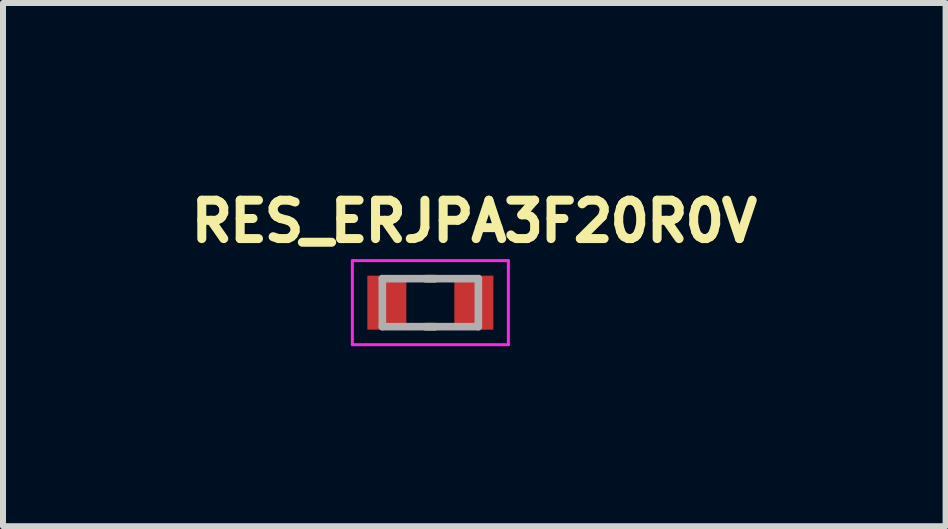
<source format=kicad_pcb>
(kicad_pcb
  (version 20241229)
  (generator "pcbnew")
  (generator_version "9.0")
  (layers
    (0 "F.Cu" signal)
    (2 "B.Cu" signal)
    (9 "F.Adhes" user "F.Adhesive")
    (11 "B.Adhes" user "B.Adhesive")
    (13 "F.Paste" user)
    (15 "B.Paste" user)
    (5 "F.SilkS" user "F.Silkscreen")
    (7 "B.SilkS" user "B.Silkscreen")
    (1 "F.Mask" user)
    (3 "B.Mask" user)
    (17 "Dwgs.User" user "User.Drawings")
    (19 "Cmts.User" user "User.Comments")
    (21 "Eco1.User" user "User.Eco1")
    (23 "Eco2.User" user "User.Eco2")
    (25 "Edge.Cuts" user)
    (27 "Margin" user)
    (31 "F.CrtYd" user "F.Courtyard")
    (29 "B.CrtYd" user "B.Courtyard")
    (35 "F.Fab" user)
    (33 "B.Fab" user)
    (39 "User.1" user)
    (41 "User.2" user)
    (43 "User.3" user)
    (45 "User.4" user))
  (footprint "RES_ERJPA3F20R0V"
    (layer "F.Cu")
    (at 4.122 1.994)
    (property "Reference" "RES_ERJPA3F20R0V" (at 0.732 -1.356 0) (layer "F.SilkS") (effects (font (size 0.64 0.64) (thickness 0.15))))
    (attr smd)
    (fp_line (start -0.08 -0.4) (end 0.08 -0.4) (stroke (width 0.127) (type solid)) (layer "F.SilkS"))
    (fp_line (start -0.08 0.4) (end 0.08 0.4) (stroke (width 0.127) (type solid)) (layer "F.SilkS"))
    (fp_line (start -1.3 -0.7) (end -1.3 0.7) (stroke (width 0.05) (type solid)) (layer "F.CrtYd"))
    (fp_line (start -1.3 0.7) (end 1.3 0.7) (stroke (width 0.05) (type solid)) (layer "F.CrtYd"))
    (fp_line (start 1.3 -0.7) (end -1.3 -0.7) (stroke (width 0.05) (type solid)) (layer "F.CrtYd"))
    (fp_line (start 1.3 0.7) (end 1.3 -0.7) (stroke (width 0.05) (type solid)) (layer "F.CrtYd"))
    (fp_line (start -0.8 -0.4) (end -0.8 0.4) (stroke (width 0.127) (type solid)) (layer "F.Fab"))
    (fp_line (start -0.8 -0.4) (end 0.8 -0.4) (stroke (width 0.127) (type solid)) (layer "F.Fab"))
    (fp_line (start -0.8 0.4) (end 0.8 0.4) (stroke (width 0.127) (type solid)) (layer "F.Fab"))
    (fp_line (start 0.8 -0.4) (end 0.8 0.4) (stroke (width 0.127) (type solid)) (layer "F.Fab"))
    (pad "1" smd rect (at -0.725 0) (size 0.65 0.9) (layers "F.Cu" "F.Mask" "F.Paste"))
    (pad "2" smd rect (at 0.725 0) (size 0.65 0.9) (layers "F.Cu" "F.Mask" "F.Paste")))
  (gr_rect
    (start -3 -3)
    (end 12.709 5.719)
    (stroke (width 0.1) (type default))
    (fill no)
    (layer "Edge.Cuts")))
</source>
